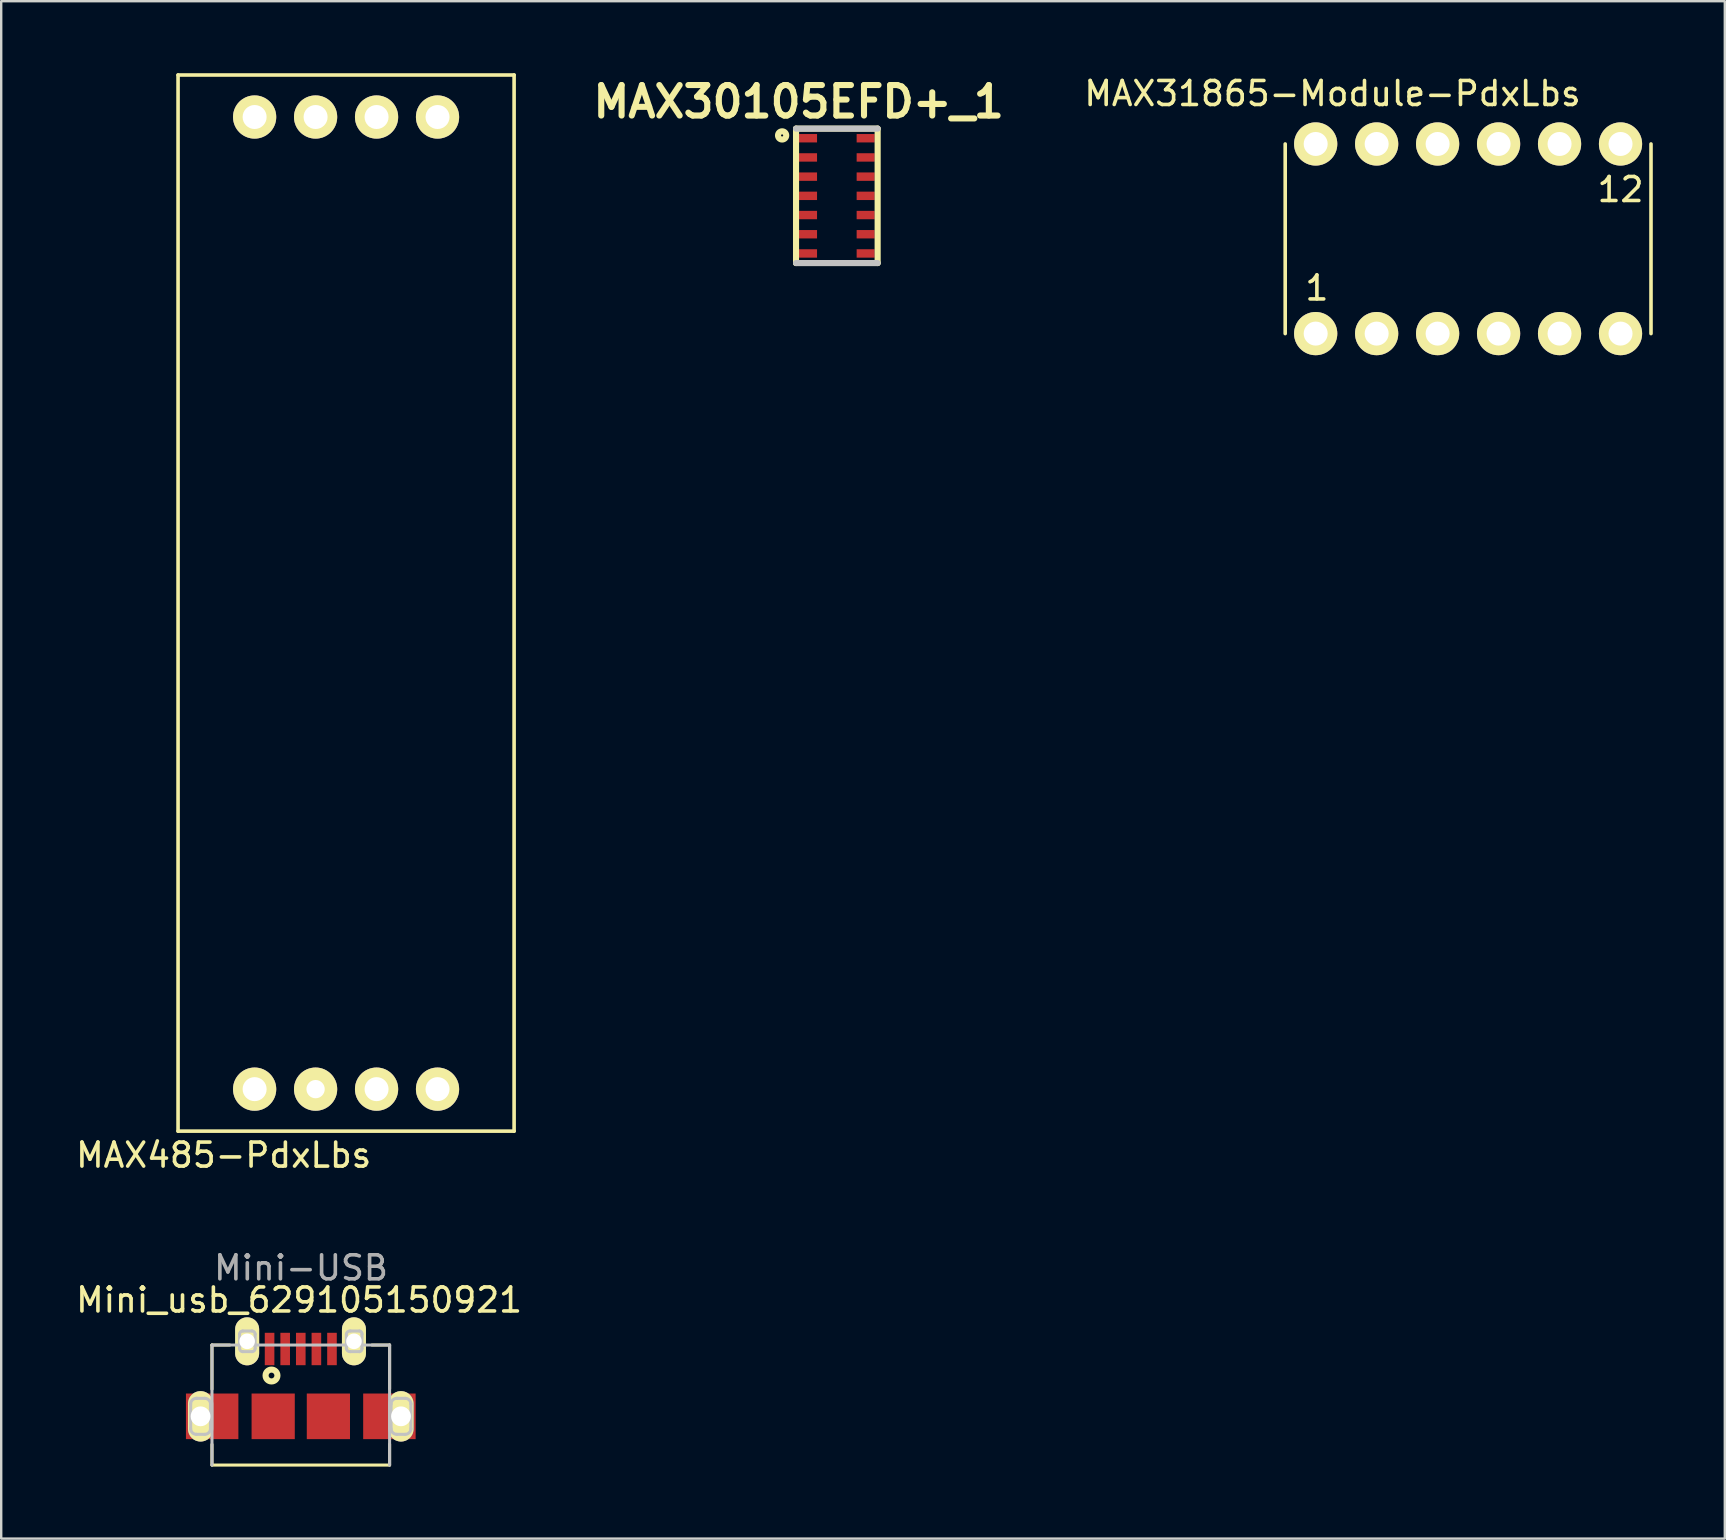
<source format=kicad_pcb>
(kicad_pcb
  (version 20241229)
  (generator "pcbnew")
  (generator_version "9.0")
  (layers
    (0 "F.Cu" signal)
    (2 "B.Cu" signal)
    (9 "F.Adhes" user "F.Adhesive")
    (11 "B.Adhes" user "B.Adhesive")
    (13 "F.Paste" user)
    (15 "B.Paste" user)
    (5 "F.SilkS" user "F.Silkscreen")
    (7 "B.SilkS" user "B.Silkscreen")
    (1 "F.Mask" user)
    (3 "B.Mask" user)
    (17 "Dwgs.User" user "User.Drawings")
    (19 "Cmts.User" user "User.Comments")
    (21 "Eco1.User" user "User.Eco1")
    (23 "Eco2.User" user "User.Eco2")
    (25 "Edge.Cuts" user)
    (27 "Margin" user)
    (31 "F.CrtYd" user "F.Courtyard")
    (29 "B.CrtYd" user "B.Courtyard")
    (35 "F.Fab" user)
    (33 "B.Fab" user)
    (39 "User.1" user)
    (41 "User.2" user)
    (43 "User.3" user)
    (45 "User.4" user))
  (footprint "Mini_usb_629105150921"
    (layer "F.Cu")
    (at 9.421 55.831)
    (property "Reference" "Mini_usb_629105150921" (at -0.01 -4.72 0) (layer "F.SilkS") (effects (font (size 1 1) (thickness 0.15))))
    (attr smd)
    (fp_line (start -3.64 -2.845) (end -3.64 -1.005) (stroke (width 0.127) (type solid)) (layer "F.SilkS"))
    (fp_line (start -3.64 1.295) (end -3.64 2.155) (stroke (width 0.127) (type solid)) (layer "F.SilkS"))
    (fp_line (start -3.64 2.155) (end 3.76 2.155) (stroke (width 0.127) (type solid)) (layer "F.SilkS"))
    (fp_line (start -2.9 -2.845) (end -3.64 -2.845) (stroke (width 0.127) (type solid)) (layer "F.SilkS"))
    (fp_line (start 3.025 -2.845) (end 3.76 -2.845) (stroke (width 0.127) (type solid)) (layer "F.SilkS"))
    (fp_line (start 3.76 -2.845) (end 3.76 -1.015) (stroke (width 0.127) (type solid)) (layer "F.SilkS"))
    (fp_line (start 3.76 1.285) (end 3.76 2.155) (stroke (width 0.127) (type solid)) (layer "F.SilkS"))
    (fp_circle (center -1.16 -1.575) (end -1.04 -1.575) (stroke (width 0.254) (type solid)) (fill no) (layer "F.SilkS"))
    (fp_line (start -4.527 -0.395) (end -4.527 0.665) (stroke (width 0.127) (type solid)) (layer "Dwgs.User"))
    (fp_line (start -4.29 -0.625) (end -4.26 -0.625) (stroke (width 0.127) (type solid)) (layer "Dwgs.User"))
    (fp_line (start -4.29 0.875) (end -3.94 0.875) (stroke (width 0.127) (type solid)) (layer "Dwgs.User"))
    (fp_line (start -4.25 -0.625) (end -3.94 -0.625) (stroke (width 0.127) (type solid)) (layer "Dwgs.User"))
    (fp_line (start -3.703 -0.395) (end -3.703 0.655) (stroke (width 0.127) (type solid)) (layer "Dwgs.User"))
    (fp_line (start -3.64 -2.845) (end 3.76 -2.845) (stroke (width 0.127) (type solid)) (layer "Dwgs.User"))
    (fp_line (start -3.64 2.155) (end -3.64 -2.845) (stroke (width 0.127) (type solid)) (layer "Dwgs.User"))
    (fp_line (start -2.49 -3.3) (end -2.49 -2.7) (stroke (width 0.127) (type solid)) (layer "Dwgs.User"))
    (fp_line (start -2.36 -3.43) (end -1.97 -3.43) (stroke (width 0.127) (type solid)) (layer "Dwgs.User"))
    (fp_line (start -2.36 -2.57) (end -1.97 -2.57) (stroke (width 0.127) (type solid)) (layer "Dwgs.User"))
    (fp_line (start -1.84 -3.3) (end -1.84 -2.7) (stroke (width 0.127) (type solid)) (layer "Dwgs.User"))
    (fp_line (start 1.96 -3.3) (end 1.96 -2.7) (stroke (width 0.127) (type solid)) (layer "Dwgs.User"))
    (fp_line (start 2.12 -3.43) (end 2.51 -3.43) (stroke (width 0.127) (type solid)) (layer "Dwgs.User"))
    (fp_line (start 2.12 -2.57) (end 2.51 -2.57) (stroke (width 0.127) (type solid)) (layer "Dwgs.User"))
    (fp_line (start 2.61 -3.3) (end 2.61 -2.7) (stroke (width 0.127) (type solid)) (layer "Dwgs.User"))
    (fp_line (start 3.76 2.155) (end 3.76 -2.845) (stroke (width 0.127) (type solid)) (layer "Dwgs.User"))
    (fp_line (start 3.822 -0.395) (end 3.822 0.665) (stroke (width 0.127) (type solid)) (layer "Dwgs.User"))
    (fp_line (start 4.06 -0.625) (end 4.09 -0.625) (stroke (width 0.127) (type solid)) (layer "Dwgs.User"))
    (fp_line (start 4.06 0.875) (end 4.41 0.875) (stroke (width 0.127) (type solid)) (layer "Dwgs.User"))
    (fp_line (start 4.1 -0.625) (end 4.41 -0.625) (stroke (width 0.127) (type solid)) (layer "Dwgs.User"))
    (fp_line (start 4.647 -0.395) (end 4.647 0.655) (stroke (width 0.127) (type solid)) (layer "Dwgs.User"))
    (fp_arc (start -4.53 -0.385) (mid -4.459706 -0.554706) (end -4.29 -0.625) (stroke (width 0.127) (type solid)) (layer "Dwgs.User"))
    (fp_arc (start -4.29 0.875) (mid -4.459706 0.804706) (end -4.53 0.635) (stroke (width 0.127) (type solid)) (layer "Dwgs.User"))
    (fp_arc (start -3.94 -0.625) (mid -3.770294 -0.554706) (end -3.7 -0.385) (stroke (width 0.127) (type solid)) (layer "Dwgs.User"))
    (fp_arc (start -3.7 0.635) (mid -3.770294 0.804706) (end -3.94 0.875) (stroke (width 0.127) (type solid)) (layer "Dwgs.User"))
    (fp_arc (start -2.49 -3.3) (mid -2.451924 -3.391924) (end -2.36 -3.43) (stroke (width 0.127) (type solid)) (layer "Dwgs.User"))
    (fp_arc (start -2.36 -2.57) (mid -2.451924 -2.608076) (end -2.49 -2.7) (stroke (width 0.127) (type solid)) (layer "Dwgs.User"))
    (fp_arc (start -1.97 -3.43) (mid -1.878076 -3.391924) (end -1.84 -3.3) (stroke (width 0.127) (type solid)) (layer "Dwgs.User"))
    (fp_arc (start -1.84 -2.7) (mid -1.878076 -2.608076) (end -1.97 -2.57) (stroke (width 0.127) (type solid)) (layer "Dwgs.User"))
    (fp_arc (start 1.96 -3.3) (mid 2.013076 -3.398137) (end 2.12 -3.43) (stroke (width 0.127) (type solid)) (layer "Dwgs.User"))
    (fp_arc (start 2.12 -2.57) (mid 2.013076 -2.601863) (end 1.96 -2.7) (stroke (width 0.127) (type solid)) (layer "Dwgs.User"))
    (fp_arc (start 2.51 -3.43) (mid 2.586924 -3.385711) (end 2.61 -3.3) (stroke (width 0.127) (type solid)) (layer "Dwgs.User"))
    (fp_arc (start 2.61 -2.7) (mid 2.586924 -2.614289) (end 2.51 -2.57) (stroke (width 0.127) (type solid)) (layer "Dwgs.User"))
    (fp_arc (start 3.82 -0.385) (mid 3.890294 -0.554706) (end 4.06 -0.625) (stroke (width 0.127) (type solid)) (layer "Dwgs.User"))
    (fp_arc (start 4.06 0.875) (mid 3.890294 0.804706) (end 3.82 0.635) (stroke (width 0.127) (type solid)) (layer "Dwgs.User"))
    (fp_arc (start 4.41 -0.625) (mid 4.579706 -0.554706) (end 4.65 -0.385) (stroke (width 0.127) (type solid)) (layer "Dwgs.User"))
    (fp_arc (start 4.65 0.635) (mid 4.579706 0.804706) (end 4.41 0.875) (stroke (width 0.127) (type solid)) (layer "Dwgs.User"))
    (fp_text user "Mini-USB" (at 0.07 -6.06 0) (layer "F.Fab") (effects (font (size 1 1) (thickness 0.15))))
    (pad "1" smd rect (at -1.24 -2.68) (size 0.4 1.35) (layers "F.Cu" "F.Mask" "F.Paste"))
    (pad "2" smd rect (at -0.59 -2.68) (size 0.4 1.35) (layers "F.Cu" "F.Mask" "F.Paste"))
    (pad "3" smd rect (at 0.06 -2.68) (size 0.4 1.35) (layers "F.Cu" "F.Mask" "F.Paste"))
    (pad "4" smd rect (at 0.71 -2.68) (size 0.4 1.35) (layers "F.Cu" "F.Mask" "F.Paste"))
    (pad "5" smd rect (at 1.36 -2.68) (size 0.4 1.35) (layers "F.Cu" "F.Mask" "F.Paste"))
    (pad "SGEL" smd rect (at 1.21 0.125 180) (size 1.8 1.9) (layers "F.Cu" "F.Mask" "F.Paste"))
    (pad "SHEL" thru_hole oval (at -4.115 0.125 90) (size 2.1 1.05) (drill 0.825) (layers "*.Cu" "*.Mask" "F.SilkS"))
    (pad "SHEL" smd rect (at -3.632 0.125) (size 2.185 1.9) (layers "F.Cu" "F.Mask" "F.Paste"))
    (pad "SHEL" thru_hole oval (at -2.175 -3 90) (size 2 1) (drill 0.65) (layers "*.Cu" "*.Mask" "F.SilkS"))
    (pad "SHEL" smd rect (at -1.09 0.125 180) (size 1.8 1.9) (layers "F.Cu" "F.Mask" "F.Paste"))
    (pad "SHEL" thru_hole oval (at 2.275 -3 90) (size 2 1) (drill 0.65) (layers "*.Cu" "*.Mask" "F.SilkS"))
    (pad "SHEL" smd rect (at 3.752 0.125) (size 2.185 1.9) (layers "F.Cu" "F.Mask" "F.Paste"))
    (pad "SHEL" thru_hole oval (at 4.235 0.125 90) (size 2.1 1.05) (drill 0.825) (layers "*.Cu" "*.Mask" "F.SilkS")))
  (footprint "MAX30105EFD+_1"
    (layer "F.Cu")
    (at 31.814 5.109)
    (property "Reference" "MAX30105EFD+_1" (at -1.59 -3.92 0) (layer "F.SilkS") (effects (font (size 1.27 1.27) (thickness 0.254))))
    (attr smd)
    (fp_line (start -1.7 -2.8) (end 1.7 -2.8) (stroke (width 0.254) (type solid)) (layer "F.SilkS"))
    (fp_line (start -1.7 2.8) (end -1.7 -2.8) (stroke (width 0.254) (type solid)) (layer "F.SilkS"))
    (fp_line (start -1.7 2.8) (end 1.7 2.8) (stroke (width 0.254) (type solid)) (layer "F.SilkS"))
    (fp_line (start 1.7 -2.8) (end 1.7 2.8) (stroke (width 0.254) (type solid)) (layer "F.SilkS"))
    (fp_circle (center -2.28 -2.517) (end -2.28 -2.473) (stroke (width 0.254) (type solid)) (fill no) (layer "F.SilkS"))
    (fp_line (start -1.7 -2.8) (end 1.7 -2.8) (stroke (width 0.254) (type solid)) (layer "Dwgs.User"))
    (fp_line (start 1.7 2.8) (end -1.7 2.8) (stroke (width 0.254) (type solid)) (layer "Dwgs.User"))
    (pad "1" smd rect (at -1.2 -2.4 90) (size 0.35 0.75) (layers "F.Cu" "F.Paste"))
    (pad "2" smd rect (at -1.2 -1.6 90) (size 0.35 0.75) (layers "F.Cu" "F.Paste"))
    (pad "3" smd rect (at -1.2 -0.8 90) (size 0.35 0.75) (layers "F.Cu" "F.Paste"))
    (pad "4" smd rect (at -1.2 0 90) (size 0.35 0.75) (layers "F.Cu" "F.Paste"))
    (pad "5" smd rect (at -1.2 0.8 90) (size 0.35 0.75) (layers "F.Cu" "F.Paste"))
    (pad "6" smd rect (at -1.2 1.6 90) (size 0.35 0.75) (layers "F.Cu" "F.Paste"))
    (pad "7" smd rect (at -1.2 2.4 90) (size 0.35 0.75) (layers "F.Cu" "F.Paste"))
    (pad "8" smd rect (at 1.2 2.4 90) (size 0.35 0.75) (layers "F.Cu" "F.Paste"))
    (pad "9" smd rect (at 1.2 1.6 90) (size 0.35 0.75) (layers "F.Cu" "F.Paste"))
    (pad "10" smd rect (at 1.2 0.8 90) (size 0.35 0.75) (layers "F.Cu" "F.Paste"))
    (pad "11" smd rect (at 1.2 0 90) (size 0.35 0.75) (layers "F.Cu" "F.Paste"))
    (pad "12" smd rect (at 1.2 -0.8 90) (size 0.35 0.75) (layers "F.Cu" "F.Paste"))
    (pad "13" smd rect (at 1.2 -1.6 90) (size 0.35 0.75) (layers "F.Cu" "F.Paste"))
    (pad "14" smd rect (at 1.2 -2.4 90) (size 0.35 0.75) (layers "F.Cu" "F.Paste")))
  (footprint "MAX485-PdxLbs"
    (layer "F.Cu")
    (at 11.368 22.075)
    (property "Reference" "MAX485-PdxLbs" (at -5.1 23 0) (layer "F.SilkS") (effects (font (size 1 1) (thickness 0.15))))
    (attr through_hole)
    (fp_line (start -7 -22) (end 7 -22) (stroke (width 0.15) (type solid)) (layer "F.SilkS"))
    (fp_line (start -7 22) (end -7 -22) (stroke (width 0.15) (type solid)) (layer "F.SilkS"))
    (fp_line (start -7 22) (end 7 22) (stroke (width 0.15) (type solid)) (layer "F.SilkS"))
    (fp_line (start 7 22) (end 7 -22) (stroke (width 0.15) (type solid)) (layer "F.SilkS"))
    (pad "1" thru_hole circle (at -3.81 20.25) (size 1.8 1.8) (drill 1) (layers "*.Cu" "*.Mask" "F.SilkS"))
    (pad "2" thru_hole circle (at -1.27 20.25) (size 1.8 1.8) (drill 0.762) (layers "*.Cu" "*.Mask" "F.SilkS"))
    (pad "3" thru_hole circle (at 1.27 20.25) (size 1.8 1.8) (drill 1) (layers "*.Cu" "*.Mask" "F.SilkS"))
    (pad "4" thru_hole circle (at 3.81 20.25) (size 1.8 1.8) (drill 1) (layers "*.Cu" "*.Mask" "F.SilkS"))
    (pad "5" thru_hole circle (at 3.81 -20.25) (size 1.8 1.8) (drill 1) (layers "*.Cu" "*.Mask" "F.SilkS"))
    (pad "6" thru_hole circle (at 1.27 -20.25) (size 1.8 1.8) (drill 1) (layers "*.Cu" "*.Mask" "F.SilkS"))
    (pad "7" thru_hole circle (at -1.27 -20.25) (size 1.8 1.8) (drill 1) (layers "*.Cu" "*.Mask" "F.SilkS"))
    (pad "8" thru_hole circle (at -3.81 -20.25) (size 1.8 1.8) (drill 1) (layers "*.Cu" "*.Mask" "F.SilkS")))
  (footprint "MAX31865-Module-PdxLbs"
    (layer "F.Cu")
    (at 58.113 6.898)
    (property "Reference" "MAX31865-Module-PdxLbs" (at -5.65 -6.05 0) (layer "F.SilkS") (effects (font (size 1 1) (thickness 0.15))))
    (attr through_hole)
    (fp_line (start -7.62 -3.95) (end -7.62 3.95) (stroke (width 0.15) (type solid)) (layer "F.SilkS"))
    (fp_line (start 7.62 3.95) (end 7.62 -3.95) (stroke (width 0.15) (type solid)) (layer "F.SilkS"))
    (fp_text user "12" (at 6.35 -2.05 0) (layer "F.SilkS") (effects (font (size 1 1) (thickness 0.15))))
    (fp_text user "1" (at -6.3 2.05 0) (layer "F.SilkS") (effects (font (size 1 1) (thickness 0.15))))
    (pad "1" thru_hole circle (at -6.35 3.95) (size 1.8 1.8) (drill 1) (layers "*.Cu" "*.Mask" "F.SilkS"))
    (pad "2" thru_hole circle (at -3.81 3.95) (size 1.8 1.8) (drill 1) (layers "*.Cu" "*.Mask" "F.SilkS"))
    (pad "3" thru_hole circle (at -1.27 3.95) (size 1.8 1.8) (drill 1) (layers "*.Cu" "*.Mask" "F.SilkS"))
    (pad "4" thru_hole circle (at 1.27 3.95) (size 1.8 1.8) (drill 1) (layers "*.Cu" "*.Mask" "F.SilkS"))
    (pad "5" thru_hole circle (at 3.81 3.95) (size 1.8 1.8) (drill 1) (layers "*.Cu" "*.Mask" "F.SilkS"))
    (pad "6" thru_hole circle (at 6.35 3.95) (size 1.8 1.8) (drill 1) (layers "*.Cu" "*.Mask" "F.SilkS"))
    (pad "7" thru_hole circle (at -6.35 -3.95) (size 1.8 1.8) (drill 1) (layers "*.Cu" "*.Mask" "F.SilkS"))
    (pad "8" thru_hole circle (at -3.81 -3.95) (size 1.8 1.8) (drill 1) (layers "*.Cu" "*.Mask" "F.SilkS"))
    (pad "9" thru_hole circle (at -1.27 -3.95) (size 1.8 1.8) (drill 1) (layers "*.Cu" "*.Mask" "F.SilkS"))
    (pad "10" thru_hole circle (at 1.27 -3.95) (size 1.8 1.8) (drill 1) (layers "*.Cu" "*.Mask" "F.SilkS"))
    (pad "11" thru_hole circle (at 3.81 -3.95) (size 1.8 1.8) (drill 1) (layers "*.Cu" "*.Mask" "F.SilkS"))
    (pad "12" thru_hole circle (at 6.35 -3.95) (size 1.8 1.8) (drill 1) (layers "*.Cu" "*.Mask" "F.SilkS")))
  (gr_rect
    (start -3 -3)
    (end 68.808 61.05)
    (stroke (width 0.1) (type default))
    (fill no)
    (layer "Edge.Cuts")))
</source>
